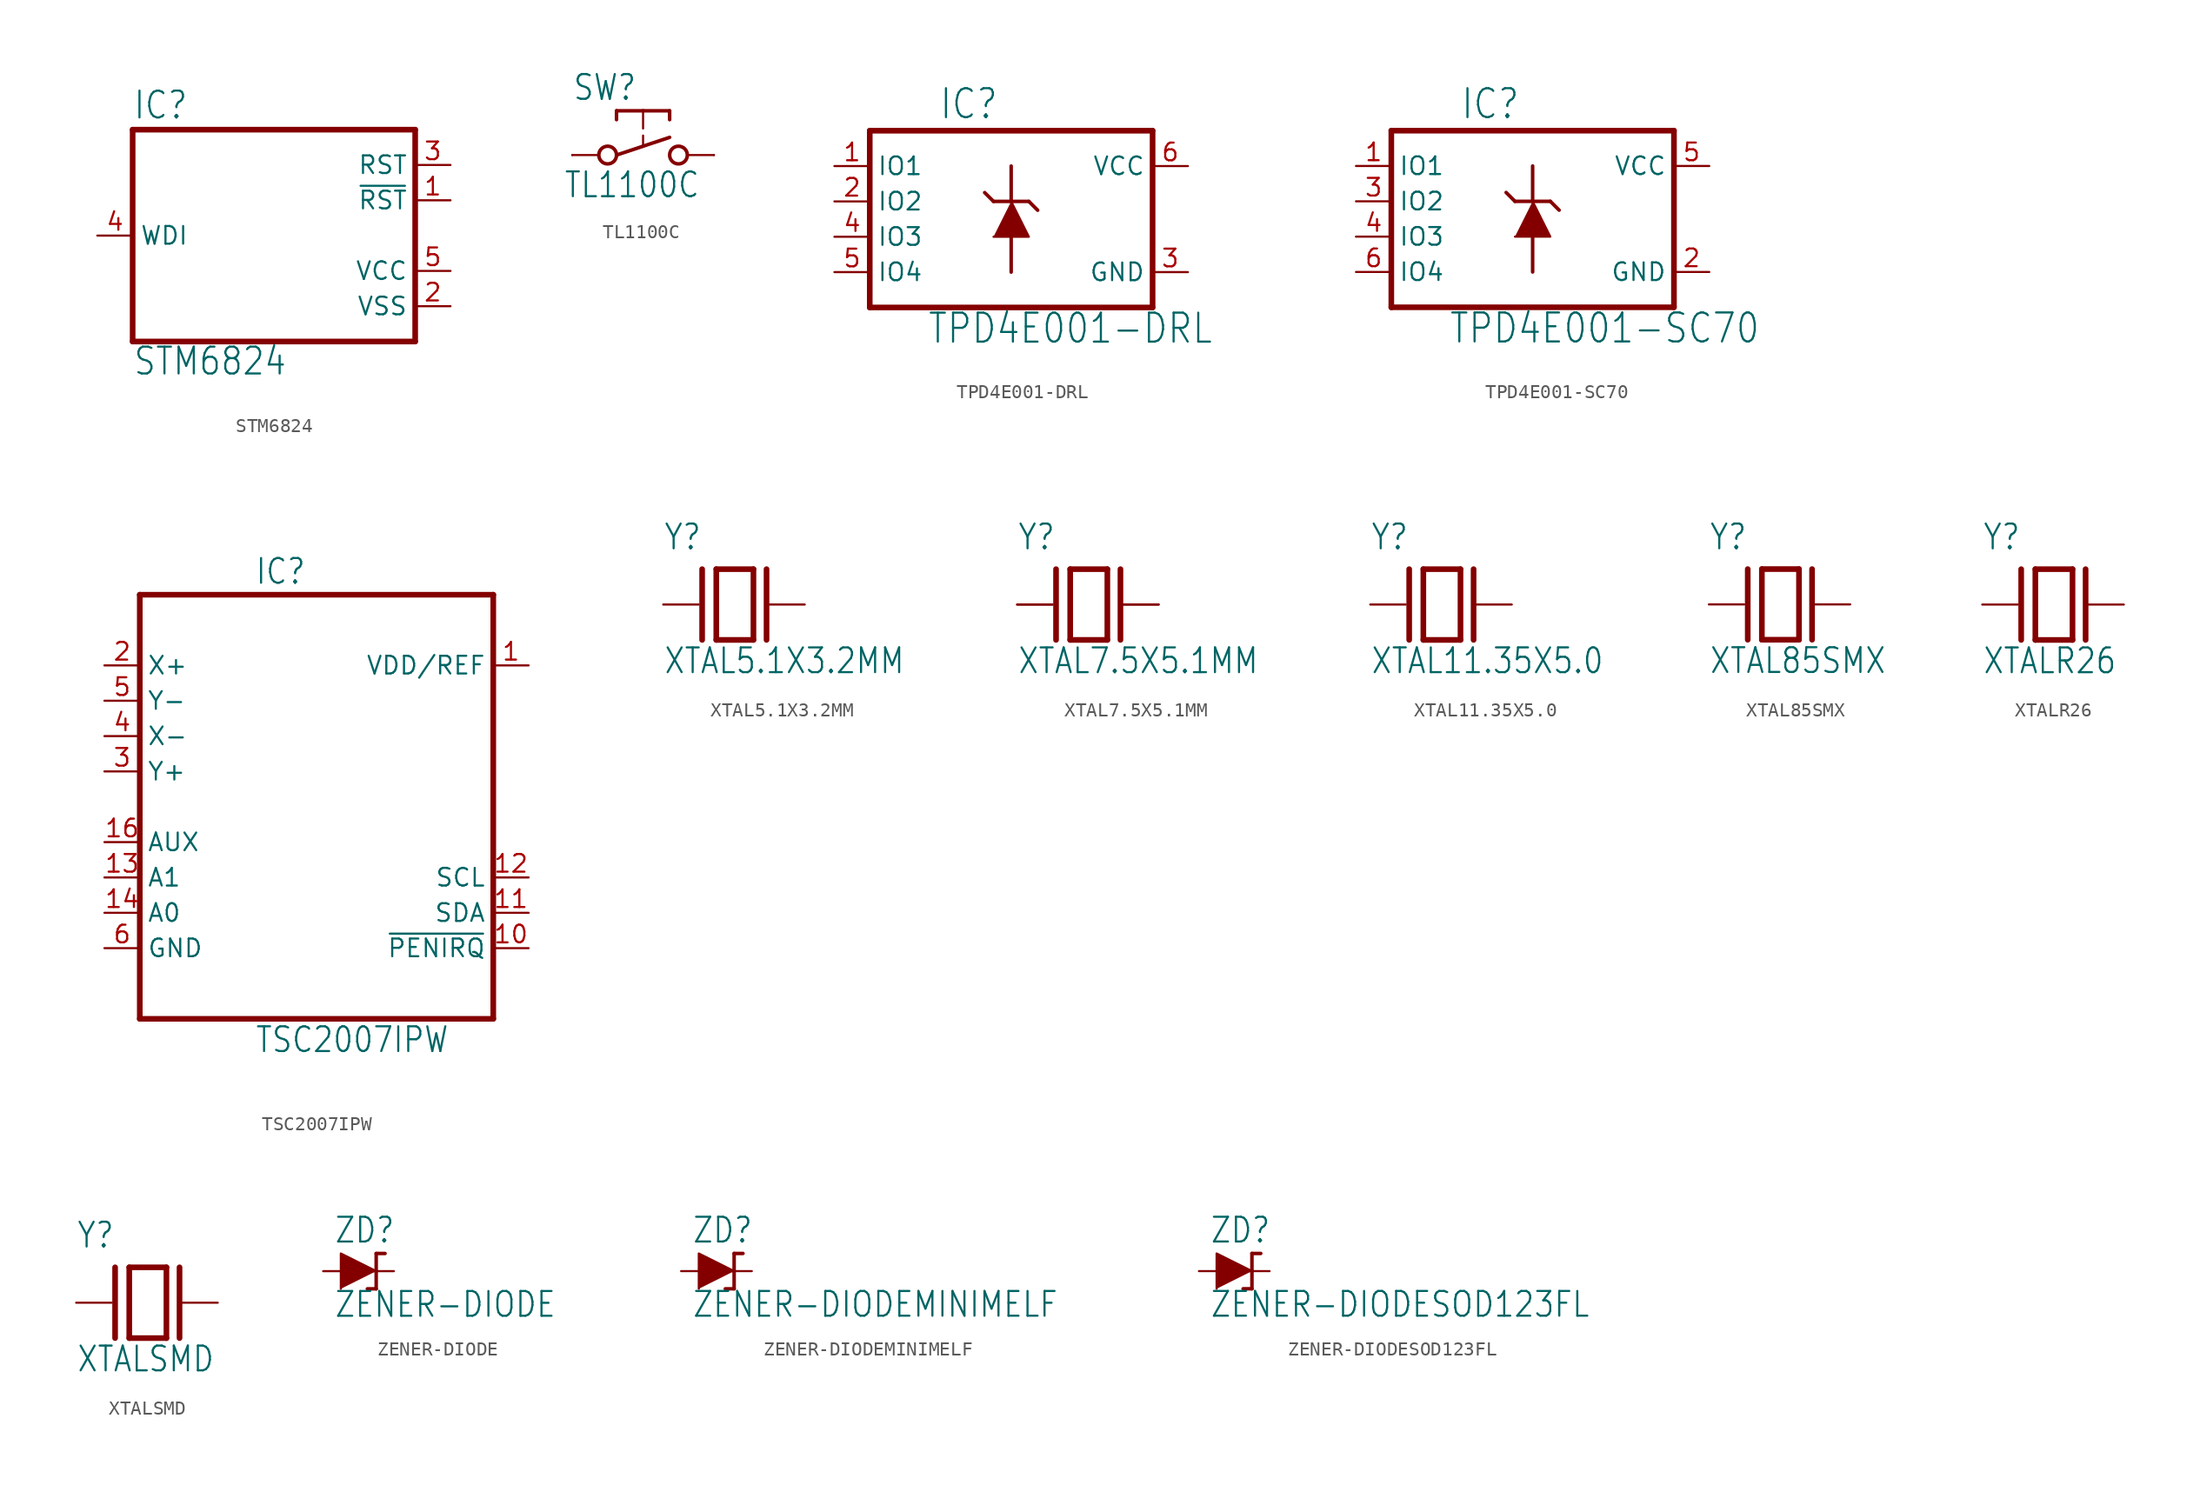
<source format=kicad_sym>
(kicad_symbol_lib
  (version 20211014)
  (generator kicad_symbol_editor)
  (symbol "STM6824"
    (property "Reference" "IC"
      (at -10.16 8.255 0)
      (effects (font (size 1.93 1.641)) (justify left bottom)))
    (property "Value" "STM6824"
      (at -10.16 -10.16 0)
      (effects (font (size 1.93 1.641)) (justify left bottom)))
    (property "ki_locked" ""
      (at 0 0 0)
      (effects (font (size 1.27 1.27))))
    (symbol "STM6824_1_0"
      (polyline (pts (xy -10.16 -7.62) (xy 10.16 -7.62)) (stroke (width 0.406) (type default) (color 0 0 0 0)) (fill (type none)))
      (polyline (pts (xy -10.16 7.62) (xy -10.16 -7.62)) (stroke (width 0.406) (type default) (color 0 0 0 0)) (fill (type none)))
      (polyline (pts (xy 10.16 -7.62) (xy 10.16 7.62)) (stroke (width 0.406) (type default) (color 0 0 0 0)) (fill (type none)))
      (polyline (pts (xy 10.16 7.62) (xy -10.16 7.62)) (stroke (width 0.406) (type default) (color 0 0 0 0)) (fill (type none)))
      (pin output line (at 12.7 2.54 180) (length 2.54) (name "~{RST}" (effects (font (size 1.27 1.27)))) (number "1" (effects (font (size 1.27 1.27)))))
      (pin power_in line (at 12.7 -5.08 180) (length 2.54) (name "VSS" (effects (font (size 1.27 1.27)))) (number "2" (effects (font (size 1.27 1.27)))))
      (pin output line (at 12.7 5.08 180) (length 2.54) (name "RST" (effects (font (size 1.27 1.27)))) (number "3" (effects (font (size 1.27 1.27)))))
      (pin input line (at -12.7 0 0) (length 2.54) (name "WDI" (effects (font (size 1.27 1.27)))) (number "4" (effects (font (size 1.27 1.27)))))
      (pin power_in line (at 12.7 -2.54 180) (length 2.54) (name "VCC" (effects (font (size 1.27 1.27)))) (number "5" (effects (font (size 1.27 1.27)))))))
  (symbol "TL1100C"
    (property "Reference" "SW"
      (at -5.08 3.81 0)
      (effects (font (size 1.778 1.511)) (justify left bottom)))
    (property "Value" "TL1100C"
      (at -5.715 -3.175 0)
      (effects (font (size 1.778 1.511)) (justify left bottom)))
    (property "ki_locked" ""
      (at 0 0 0)
      (effects (font (size 1.27 1.27))))
    (symbol "TL1100C_1_0"
      (circle (center -2.54 0) (radius 0.635) (stroke (width 0.254) (type default) (color 0 0 0 0)) (fill (type none)))
      (polyline (pts (xy -5.08 0) (xy -3.175 0)) (stroke (width 0.152) (type default) (color 0 0 0 0)) (fill (type none)))
      (polyline (pts (xy -1.905 3.175) (xy -1.905 2.54)) (stroke (width 0.254) (type default) (color 0 0 0 0)) (fill (type none)))
      (polyline (pts (xy 0 0.635) (xy -1.905 0)) (stroke (width 0.254) (type default) (color 0 0 0 0)) (fill (type none)))
      (polyline (pts (xy 0 0.635) (xy 0 1.397)) (stroke (width 0.152) (type default) (color 0 0 0 0)) (fill (type none)))
      (polyline (pts (xy 0 3.175) (xy -1.905 3.175)) (stroke (width 0.254) (type default) (color 0 0 0 0)) (fill (type none)))
      (polyline (pts (xy 0 3.175) (xy 0 1.905)) (stroke (width 0.152) (type default) (color 0 0 0 0)) (fill (type none)))
      (polyline (pts (xy 1.905 1.27) (xy 0 0.635)) (stroke (width 0.254) (type default) (color 0 0 0 0)) (fill (type none)))
      (polyline (pts (xy 1.905 3.175) (xy 0 3.175)) (stroke (width 0.254) (type default) (color 0 0 0 0)) (fill (type none)))
      (polyline (pts (xy 1.905 3.175) (xy 1.905 2.54)) (stroke (width 0.254) (type default) (color 0 0 0 0)) (fill (type none)))
      (polyline (pts (xy 3.175 0) (xy 5.08 0)) (stroke (width 0.152) (type default) (color 0 0 0 0)) (fill (type none)))
      (circle (center 2.54 0) (radius 0.635) (stroke (width 0.254) (type default) (color 0 0 0 0)) (fill (type none)))
      (pin passive line (at -5.08 0 0) (length 0) (name "1" (effects (font (size 0 0)))) (number "1" (effects (font (size 0 0)))))
      (pin passive line (at 5.08 0 180) (length 0) (name "2" (effects (font (size 0 0)))) (number "2" (effects (font (size 0 0)))))))
  (symbol "TPD4E001-DRL"
    (property "Reference" "IC"
      (at -5.207 5.791 0)
      (effects (font (size 2.083 1.77)) (justify left bottom)))
    (property "Value" "TPD4E001-DRL"
      (at -6.045 -10.338 0)
      (effects (font (size 2.083 1.77)) (justify left bottom)))
    (property "ki_locked" ""
      (at 0 0 0)
      (effects (font (size 1.27 1.27))))
    (symbol "TPD4E001-DRL_1_0"
      (polyline (pts (xy -10.16 -7.62) (xy 10.16 -7.62)) (stroke (width 0.406) (type default) (color 0 0 0 0)) (fill (type none)))
      (polyline (pts (xy -10.16 5.08) (xy -10.16 -7.62)) (stroke (width 0.406) (type default) (color 0 0 0 0)) (fill (type none)))
      (polyline (pts (xy -1.27 0) (xy -1.905 0.635)) (stroke (width 0.254) (type default) (color 0 0 0 0)) (fill (type none)))
      (polyline (pts (xy 0 -2.54) (xy 0 -5.08)) (stroke (width 0.254) (type default) (color 0 0 0 0)) (fill (type none)))
      (polyline (pts (xy 0 0) (xy -1.27 0)) (stroke (width 0.254) (type default) (color 0 0 0 0)) (fill (type none)))
      (polyline (pts (xy 0 0) (xy 0 2.54)) (stroke (width 0.254) (type default) (color 0 0 0 0)) (fill (type none)))
      (polyline (pts (xy 1.27 0) (xy 0 0)) (stroke (width 0.254) (type default) (color 0 0 0 0)) (fill (type none)))
      (polyline (pts (xy 1.905 -0.635) (xy 1.27 0)) (stroke (width 0.254) (type default) (color 0 0 0 0)) (fill (type none)))
      (polyline (pts (xy 10.16 -7.62) (xy 10.16 5.08)) (stroke (width 0.406) (type default) (color 0 0 0 0)) (fill (type none)))
      (polyline (pts (xy 10.16 5.08) (xy -10.16 5.08)) (stroke (width 0.406) (type default) (color 0 0 0 0)) (fill (type none)))
      (polyline (pts (xy 0 0) (xy 1.27 -2.54) (xy -1.27 -2.54)) (stroke (width 0) (type default) (color 0 0 0 0)) (fill (type outline)))
      (pin bidirectional line (at -12.7 2.54 0) (length 2.54) (name "IO1" (effects (font (size 1.27 1.27)))) (number "1" (effects (font (size 1.27 1.27)))))
      (pin bidirectional line (at -12.7 0 0) (length 2.54) (name "IO2" (effects (font (size 1.27 1.27)))) (number "2" (effects (font (size 1.27 1.27)))))
      (pin power_in line (at 12.7 -5.08 180) (length 2.54) (name "GND" (effects (font (size 1.27 1.27)))) (number "3" (effects (font (size 1.27 1.27)))))
      (pin bidirectional line (at -12.7 -2.54 0) (length 2.54) (name "IO3" (effects (font (size 1.27 1.27)))) (number "4" (effects (font (size 1.27 1.27)))))
      (pin bidirectional line (at -12.7 -5.08 0) (length 2.54) (name "IO4" (effects (font (size 1.27 1.27)))) (number "5" (effects (font (size 1.27 1.27)))))
      (pin passive line (at 12.7 2.54 180) (length 2.54) (name "VCC" (effects (font (size 1.27 1.27)))) (number "6" (effects (font (size 1.27 1.27)))))))
  (symbol "TPD4E001-SC70"
    (property "Reference" "IC"
      (at -5.207 5.791 0)
      (effects (font (size 2.083 1.77)) (justify left bottom)))
    (property "Value" "TPD4E001-SC70"
      (at -6.045 -10.338 0)
      (effects (font (size 2.083 1.77)) (justify left bottom)))
    (property "ki_locked" ""
      (at 0 0 0)
      (effects (font (size 1.27 1.27))))
    (symbol "TPD4E001-SC70_1_0"
      (polyline (pts (xy -10.16 -7.62) (xy 10.16 -7.62)) (stroke (width 0.406) (type default) (color 0 0 0 0)) (fill (type none)))
      (polyline (pts (xy -10.16 5.08) (xy -10.16 -7.62)) (stroke (width 0.406) (type default) (color 0 0 0 0)) (fill (type none)))
      (polyline (pts (xy -1.27 0) (xy -1.905 0.635)) (stroke (width 0.254) (type default) (color 0 0 0 0)) (fill (type none)))
      (polyline (pts (xy 0 -2.54) (xy 0 -5.08)) (stroke (width 0.254) (type default) (color 0 0 0 0)) (fill (type none)))
      (polyline (pts (xy 0 0) (xy -1.27 0)) (stroke (width 0.254) (type default) (color 0 0 0 0)) (fill (type none)))
      (polyline (pts (xy 0 0) (xy 0 2.54)) (stroke (width 0.254) (type default) (color 0 0 0 0)) (fill (type none)))
      (polyline (pts (xy 1.27 0) (xy 0 0)) (stroke (width 0.254) (type default) (color 0 0 0 0)) (fill (type none)))
      (polyline (pts (xy 1.905 -0.635) (xy 1.27 0)) (stroke (width 0.254) (type default) (color 0 0 0 0)) (fill (type none)))
      (polyline (pts (xy 10.16 -7.62) (xy 10.16 5.08)) (stroke (width 0.406) (type default) (color 0 0 0 0)) (fill (type none)))
      (polyline (pts (xy 10.16 5.08) (xy -10.16 5.08)) (stroke (width 0.406) (type default) (color 0 0 0 0)) (fill (type none)))
      (polyline (pts (xy 0 0) (xy 1.27 -2.54) (xy -1.27 -2.54)) (stroke (width 0) (type default) (color 0 0 0 0)) (fill (type outline)))
      (pin bidirectional line (at -12.7 2.54 0) (length 2.54) (name "IO1" (effects (font (size 1.27 1.27)))) (number "1" (effects (font (size 1.27 1.27)))))
      (pin power_in line (at 12.7 -5.08 180) (length 2.54) (name "GND" (effects (font (size 1.27 1.27)))) (number "2" (effects (font (size 1.27 1.27)))))
      (pin bidirectional line (at -12.7 0 0) (length 2.54) (name "IO2" (effects (font (size 1.27 1.27)))) (number "3" (effects (font (size 1.27 1.27)))))
      (pin bidirectional line (at -12.7 -2.54 0) (length 2.54) (name "IO3" (effects (font (size 1.27 1.27)))) (number "4" (effects (font (size 1.27 1.27)))))
      (pin passive line (at 12.7 2.54 180) (length 2.54) (name "VCC" (effects (font (size 1.27 1.27)))) (number "5" (effects (font (size 1.27 1.27)))))
      (pin bidirectional line (at -12.7 -5.08 0) (length 2.54) (name "IO4" (effects (font (size 1.27 1.27)))) (number "6" (effects (font (size 1.27 1.27)))))))
  (symbol "TSC2007IPW"
    (property "Reference" "IC"
      (at -4.445 15.875 0)
      (effects (font (size 1.778 1.511)) (justify left bottom)))
    (property "Value" "TSC2007IPW"
      (at -4.445 -17.78 0)
      (effects (font (size 1.778 1.511)) (justify left bottom)))
    (property "ki_locked" ""
      (at 0 0 0)
      (effects (font (size 1.27 1.27))))
    (symbol "TSC2007IPW_1_0"
      (polyline (pts (xy -12.7 -15.24) (xy 12.7 -15.24)) (stroke (width 0.406) (type default) (color 0 0 0 0)) (fill (type none)))
      (polyline (pts (xy -12.7 15.24) (xy -12.7 -15.24)) (stroke (width 0.406) (type default) (color 0 0 0 0)) (fill (type none)))
      (polyline (pts (xy 12.7 -15.24) (xy 12.7 15.24)) (stroke (width 0.406) (type default) (color 0 0 0 0)) (fill (type none)))
      (polyline (pts (xy 12.7 15.24) (xy -12.7 15.24)) (stroke (width 0.406) (type default) (color 0 0 0 0)) (fill (type none)))
      (pin passive line (at 15.24 10.16 180) (length 2.54) (name "VDD/REF" (effects (font (size 1.27 1.27)))) (number "1" (effects (font (size 1.27 1.27)))))
      (pin output line (at 15.24 -10.16 180) (length 2.54) (name "~{PENIRQ}" (effects (font (size 1.27 1.27)))) (number "10" (effects (font (size 1.27 1.27)))))
      (pin bidirectional line (at 15.24 -7.62 180) (length 2.54) (name "SDA" (effects (font (size 1.27 1.27)))) (number "11" (effects (font (size 1.27 1.27)))))
      (pin bidirectional line (at 15.24 -5.08 180) (length 2.54) (name "SCL" (effects (font (size 1.27 1.27)))) (number "12" (effects (font (size 1.27 1.27)))))
      (pin input line (at -15.24 -5.08 0) (length 2.54) (name "A1" (effects (font (size 1.27 1.27)))) (number "13" (effects (font (size 1.27 1.27)))))
      (pin input line (at -15.24 -7.62 0) (length 2.54) (name "A0" (effects (font (size 1.27 1.27)))) (number "14" (effects (font (size 1.27 1.27)))))
      (pin input line (at -15.24 -2.54 0) (length 2.54) (name "AUX" (effects (font (size 1.27 1.27)))) (number "16" (effects (font (size 1.27 1.27)))))
      (pin input line (at -15.24 10.16 0) (length 2.54) (name "X+" (effects (font (size 1.27 1.27)))) (number "2" (effects (font (size 1.27 1.27)))))
      (pin input line (at -15.24 2.54 0) (length 2.54) (name "Y+" (effects (font (size 1.27 1.27)))) (number "3" (effects (font (size 1.27 1.27)))))
      (pin input line (at -15.24 5.08 0) (length 2.54) (name "X-" (effects (font (size 1.27 1.27)))) (number "4" (effects (font (size 1.27 1.27)))))
      (pin input line (at -15.24 7.62 0) (length 2.54) (name "Y-" (effects (font (size 1.27 1.27)))) (number "5" (effects (font (size 1.27 1.27)))))
      (pin passive line (at -15.24 -10.16 0) (length 2.54) (name "GND" (effects (font (size 1.27 1.27)))) (number "6" (effects (font (size 1.27 1.27)))))))
  (symbol "XTAL5.1X3.2MM"
    (property "Reference" "Y"
      (at -5.08 3.81 0)
      (effects (font (size 1.778 1.511)) (justify left bottom)))
    (property "Value" "XTAL5.1X3.2MM"
      (at -5.08 -5.08 0)
      (effects (font (size 1.778 1.511)) (justify left bottom)))
    (property "ki_locked" ""
      (at 0 0 0)
      (effects (font (size 1.27 1.27))))
    (symbol "XTAL5.1X3.2MM_1_0"
      (polyline (pts (xy -2.286 2.54) (xy -2.286 -2.54)) (stroke (width 0.406) (type default) (color 0 0 0 0)) (fill (type none)))
      (polyline (pts (xy -1.27 2.54) (xy -1.27 -2.54)) (stroke (width 0.406) (type default) (color 0 0 0 0)) (fill (type none)))
      (polyline (pts (xy -1.27 2.54) (xy 1.397 2.54)) (stroke (width 0.406) (type default) (color 0 0 0 0)) (fill (type none)))
      (polyline (pts (xy 1.397 -2.54) (xy -1.27 -2.54)) (stroke (width 0.406) (type default) (color 0 0 0 0)) (fill (type none)))
      (polyline (pts (xy 1.397 2.54) (xy 1.397 -2.54)) (stroke (width 0.406) (type default) (color 0 0 0 0)) (fill (type none)))
      (polyline (pts (xy 2.337 2.54) (xy 2.337 -2.54)) (stroke (width 0.406) (type default) (color 0 0 0 0)) (fill (type none)))
      (pin passive line (at -5.08 0 0) (length 2.54) (name "1" (effects (font (size 0 0)))) (number "1" (effects (font (size 0 0)))))
      (pin passive line (at 5.08 0 180) (length 2.54) (name "2" (effects (font (size 0 0)))) (number "2" (effects (font (size 0 0)))))))
  (symbol "XTAL7.5X5.1MM"
    (property "Reference" "Y"
      (at -5.08 3.81 0)
      (effects (font (size 1.778 1.511)) (justify left bottom)))
    (property "Value" "XTAL7.5X5.1MM"
      (at -5.08 -5.08 0)
      (effects (font (size 1.778 1.511)) (justify left bottom)))
    (property "ki_locked" ""
      (at 0 0 0)
      (effects (font (size 1.27 1.27))))
    (symbol "XTAL7.5X5.1MM_1_0"
      (polyline (pts (xy -2.286 2.54) (xy -2.286 -2.54)) (stroke (width 0.406) (type default) (color 0 0 0 0)) (fill (type none)))
      (polyline (pts (xy -1.27 2.54) (xy -1.27 -2.54)) (stroke (width 0.406) (type default) (color 0 0 0 0)) (fill (type none)))
      (polyline (pts (xy -1.27 2.54) (xy 1.397 2.54)) (stroke (width 0.406) (type default) (color 0 0 0 0)) (fill (type none)))
      (polyline (pts (xy 1.397 -2.54) (xy -1.27 -2.54)) (stroke (width 0.406) (type default) (color 0 0 0 0)) (fill (type none)))
      (polyline (pts (xy 1.397 2.54) (xy 1.397 -2.54)) (stroke (width 0.406) (type default) (color 0 0 0 0)) (fill (type none)))
      (polyline (pts (xy 2.337 2.54) (xy 2.337 -2.54)) (stroke (width 0.406) (type default) (color 0 0 0 0)) (fill (type none)))
      (pin passive line (at -5.08 0 0) (length 2.54) (name "1" (effects (font (size 0 0)))) (number "1" (effects (font (size 0 0)))))
      (pin passive line (at 5.08 0 180) (length 2.54) (name "2" (effects (font (size 0 0)))) (number "2" (effects (font (size 0 0)))))
      (pin passive line (at 5.08 0 180) (length 2.54) (name "2" (effects (font (size 0 0)))) (number "3" (effects (font (size 0 0)))))
      (pin passive line (at -5.08 0 0) (length 2.54) (name "1" (effects (font (size 0 0)))) (number "4" (effects (font (size 0 0)))))))
  (symbol "XTAL11.35X5.0"
    (property "Reference" "Y"
      (at -5.08 3.81 0)
      (effects (font (size 1.778 1.511)) (justify left bottom)))
    (property "Value" "XTAL11.35X5.0"
      (at -5.08 -5.08 0)
      (effects (font (size 1.778 1.511)) (justify left bottom)))
    (property "ki_locked" ""
      (at 0 0 0)
      (effects (font (size 1.27 1.27))))
    (symbol "XTAL11.35X5.0_1_0"
      (polyline (pts (xy -2.286 2.54) (xy -2.286 -2.54)) (stroke (width 0.406) (type default) (color 0 0 0 0)) (fill (type none)))
      (polyline (pts (xy -1.27 2.54) (xy -1.27 -2.54)) (stroke (width 0.406) (type default) (color 0 0 0 0)) (fill (type none)))
      (polyline (pts (xy -1.27 2.54) (xy 1.397 2.54)) (stroke (width 0.406) (type default) (color 0 0 0 0)) (fill (type none)))
      (polyline (pts (xy 1.397 -2.54) (xy -1.27 -2.54)) (stroke (width 0.406) (type default) (color 0 0 0 0)) (fill (type none)))
      (polyline (pts (xy 1.397 2.54) (xy 1.397 -2.54)) (stroke (width 0.406) (type default) (color 0 0 0 0)) (fill (type none)))
      (polyline (pts (xy 2.337 2.54) (xy 2.337 -2.54)) (stroke (width 0.406) (type default) (color 0 0 0 0)) (fill (type none)))
      (pin passive line (at -5.08 0 0) (length 2.54) (name "1" (effects (font (size 0 0)))) (number "1" (effects (font (size 0 0)))))
      (pin passive line (at 5.08 0 180) (length 2.54) (name "2" (effects (font (size 0 0)))) (number "2" (effects (font (size 0 0)))))))
  (symbol "XTAL85SMX"
    (property "Reference" "Y"
      (at -5.08 3.81 0)
      (effects (font (size 1.778 1.511)) (justify left bottom)))
    (property "Value" "XTAL85SMX"
      (at -5.08 -5.08 0)
      (effects (font (size 1.778 1.511)) (justify left bottom)))
    (property "ki_locked" ""
      (at 0 0 0)
      (effects (font (size 1.27 1.27))))
    (symbol "XTAL85SMX_1_0"
      (polyline (pts (xy -2.286 2.54) (xy -2.286 -2.54)) (stroke (width 0.406) (type default) (color 0 0 0 0)) (fill (type none)))
      (polyline (pts (xy -1.27 2.54) (xy -1.27 -2.54)) (stroke (width 0.406) (type default) (color 0 0 0 0)) (fill (type none)))
      (polyline (pts (xy -1.27 2.54) (xy 1.397 2.54)) (stroke (width 0.406) (type default) (color 0 0 0 0)) (fill (type none)))
      (polyline (pts (xy 1.397 -2.54) (xy -1.27 -2.54)) (stroke (width 0.406) (type default) (color 0 0 0 0)) (fill (type none)))
      (polyline (pts (xy 1.397 2.54) (xy 1.397 -2.54)) (stroke (width 0.406) (type default) (color 0 0 0 0)) (fill (type none)))
      (polyline (pts (xy 2.337 2.54) (xy 2.337 -2.54)) (stroke (width 0.406) (type default) (color 0 0 0 0)) (fill (type none)))
      (pin passive line (at -5.08 0 0) (length 2.54) (name "1" (effects (font (size 0 0)))) (number "1" (effects (font (size 0 0)))))
      (pin passive line (at 5.08 0 180) (length 2.54) (name "2" (effects (font (size 0 0)))) (number "4" (effects (font (size 0 0)))))))
  (symbol "XTALR26"
    (property "Reference" "Y"
      (at -5.08 3.81 0)
      (effects (font (size 1.778 1.511)) (justify left bottom)))
    (property "Value" "XTALR26"
      (at -5.08 -5.08 0)
      (effects (font (size 1.778 1.511)) (justify left bottom)))
    (property "ki_locked" ""
      (at 0 0 0)
      (effects (font (size 1.27 1.27))))
    (symbol "XTALR26_1_0"
      (polyline (pts (xy -2.286 2.54) (xy -2.286 -2.54)) (stroke (width 0.406) (type default) (color 0 0 0 0)) (fill (type none)))
      (polyline (pts (xy -1.27 2.54) (xy -1.27 -2.54)) (stroke (width 0.406) (type default) (color 0 0 0 0)) (fill (type none)))
      (polyline (pts (xy -1.27 2.54) (xy 1.397 2.54)) (stroke (width 0.406) (type default) (color 0 0 0 0)) (fill (type none)))
      (polyline (pts (xy 1.397 -2.54) (xy -1.27 -2.54)) (stroke (width 0.406) (type default) (color 0 0 0 0)) (fill (type none)))
      (polyline (pts (xy 1.397 2.54) (xy 1.397 -2.54)) (stroke (width 0.406) (type default) (color 0 0 0 0)) (fill (type none)))
      (polyline (pts (xy 2.337 2.54) (xy 2.337 -2.54)) (stroke (width 0.406) (type default) (color 0 0 0 0)) (fill (type none)))
      (pin passive line (at -5.08 0 0) (length 2.54) (name "1" (effects (font (size 0 0)))) (number "1" (effects (font (size 0 0)))))
      (pin passive line (at 5.08 0 180) (length 2.54) (name "2" (effects (font (size 0 0)))) (number "2" (effects (font (size 0 0)))))))
  (symbol "XTALSMD"
    (property "Reference" "Y"
      (at -5.08 3.81 0)
      (effects (font (size 1.778 1.511)) (justify left bottom)))
    (property "Value" "XTALSMD"
      (at -5.08 -5.08 0)
      (effects (font (size 1.778 1.511)) (justify left bottom)))
    (property "ki_locked" ""
      (at 0 0 0)
      (effects (font (size 1.27 1.27))))
    (symbol "XTALSMD_1_0"
      (polyline (pts (xy -2.286 2.54) (xy -2.286 -2.54)) (stroke (width 0.406) (type default) (color 0 0 0 0)) (fill (type none)))
      (polyline (pts (xy -1.27 2.54) (xy -1.27 -2.54)) (stroke (width 0.406) (type default) (color 0 0 0 0)) (fill (type none)))
      (polyline (pts (xy -1.27 2.54) (xy 1.397 2.54)) (stroke (width 0.406) (type default) (color 0 0 0 0)) (fill (type none)))
      (polyline (pts (xy 1.397 -2.54) (xy -1.27 -2.54)) (stroke (width 0.406) (type default) (color 0 0 0 0)) (fill (type none)))
      (polyline (pts (xy 1.397 2.54) (xy 1.397 -2.54)) (stroke (width 0.406) (type default) (color 0 0 0 0)) (fill (type none)))
      (polyline (pts (xy 2.337 2.54) (xy 2.337 -2.54)) (stroke (width 0.406) (type default) (color 0 0 0 0)) (fill (type none)))
      (pin passive line (at -5.08 0 0) (length 2.54) (name "1" (effects (font (size 0 0)))) (number "1" (effects (font (size 0 0)))))
      (pin passive line (at 5.08 0 180) (length 2.54) (name "2" (effects (font (size 0 0)))) (number "2" (effects (font (size 0 0)))))))
  (symbol "ZENER-DIODE"
    (property "Reference" "ZD"
      (at -1.778 1.905 0)
      (effects (font (size 1.778 1.511)) (justify left bottom)))
    (property "Value" "ZENER-DIODE"
      (at -1.778 -3.429 0)
      (effects (font (size 1.778 1.511)) (justify left bottom)))
    (property "ki_locked" ""
      (at 0 0 0)
      (effects (font (size 1.27 1.27))))
    (symbol "ZENER-DIODE_1_0"
      (polyline (pts (xy 1.27 -1.27) (xy 0.635 -1.27)) (stroke (width 0.254) (type default) (color 0 0 0 0)) (fill (type none)))
      (polyline (pts (xy 1.27 0) (xy 1.27 -1.27)) (stroke (width 0.254) (type default) (color 0 0 0 0)) (fill (type none)))
      (polyline (pts (xy 1.27 1.27) (xy 1.27 0)) (stroke (width 0.254) (type default) (color 0 0 0 0)) (fill (type none)))
      (polyline (pts (xy 1.905 1.27) (xy 1.27 1.27)) (stroke (width 0.254) (type default) (color 0 0 0 0)) (fill (type none)))
      (polyline (pts (xy 1.27 0) (xy -1.27 1.27) (xy -1.27 -1.27)) (stroke (width 0) (type default) (color 0 0 0 0)) (fill (type outline)))
      (pin passive line (at -2.54 0 0) (length 2.54) (name "A" (effects (font (size 0 0)))) (number "A" (effects (font (size 0 0)))))
      (pin passive line (at 2.54 0 180) (length 2.54) (name "C" (effects (font (size 0 0)))) (number "C" (effects (font (size 0 0)))))))
  (symbol "ZENER-DIODEMINIMELF"
    (property "Reference" "ZD"
      (at -1.778 1.905 0)
      (effects (font (size 1.778 1.511)) (justify left bottom)))
    (property "Value" "ZENER-DIODEMINIMELF"
      (at -1.778 -3.429 0)
      (effects (font (size 1.778 1.511)) (justify left bottom)))
    (property "ki_locked" ""
      (at 0 0 0)
      (effects (font (size 1.27 1.27))))
    (symbol "ZENER-DIODEMINIMELF_1_0"
      (polyline (pts (xy 1.27 -1.27) (xy 0.635 -1.27)) (stroke (width 0.254) (type default) (color 0 0 0 0)) (fill (type none)))
      (polyline (pts (xy 1.27 0) (xy 1.27 -1.27)) (stroke (width 0.254) (type default) (color 0 0 0 0)) (fill (type none)))
      (polyline (pts (xy 1.27 1.27) (xy 1.27 0)) (stroke (width 0.254) (type default) (color 0 0 0 0)) (fill (type none)))
      (polyline (pts (xy 1.905 1.27) (xy 1.27 1.27)) (stroke (width 0.254) (type default) (color 0 0 0 0)) (fill (type none)))
      (polyline (pts (xy 1.27 0) (xy -1.27 1.27) (xy -1.27 -1.27)) (stroke (width 0) (type default) (color 0 0 0 0)) (fill (type outline)))
      (pin passive line (at -2.54 0 0) (length 2.54) (name "A" (effects (font (size 0 0)))) (number "A" (effects (font (size 0 0)))))
      (pin passive line (at 2.54 0 180) (length 2.54) (name "C" (effects (font (size 0 0)))) (number "C" (effects (font (size 0 0)))))))
  (symbol "ZENER-DIODESOD123FL"
    (property "Reference" "ZD"
      (at -1.778 1.905 0)
      (effects (font (size 1.778 1.511)) (justify left bottom)))
    (property "Value" "ZENER-DIODESOD123FL"
      (at -1.778 -3.429 0)
      (effects (font (size 1.778 1.511)) (justify left bottom)))
    (property "ki_locked" ""
      (at 0 0 0)
      (effects (font (size 1.27 1.27))))
    (symbol "ZENER-DIODESOD123FL_1_0"
      (polyline (pts (xy 1.27 -1.27) (xy 0.635 -1.27)) (stroke (width 0.254) (type default) (color 0 0 0 0)) (fill (type none)))
      (polyline (pts (xy 1.27 0) (xy 1.27 -1.27)) (stroke (width 0.254) (type default) (color 0 0 0 0)) (fill (type none)))
      (polyline (pts (xy 1.27 1.27) (xy 1.27 0)) (stroke (width 0.254) (type default) (color 0 0 0 0)) (fill (type none)))
      (polyline (pts (xy 1.905 1.27) (xy 1.27 1.27)) (stroke (width 0.254) (type default) (color 0 0 0 0)) (fill (type none)))
      (polyline (pts (xy 1.27 0) (xy -1.27 1.27) (xy -1.27 -1.27)) (stroke (width 0) (type default) (color 0 0 0 0)) (fill (type outline)))
      (pin passive line (at -2.54 0 0) (length 2.54) (name "A" (effects (font (size 0 0)))) (number "A" (effects (font (size 0 0)))))
      (pin passive line (at 2.54 0 180) (length 2.54) (name "C" (effects (font (size 0 0)))) (number "C" (effects (font (size 0 0))))))))
</source>
